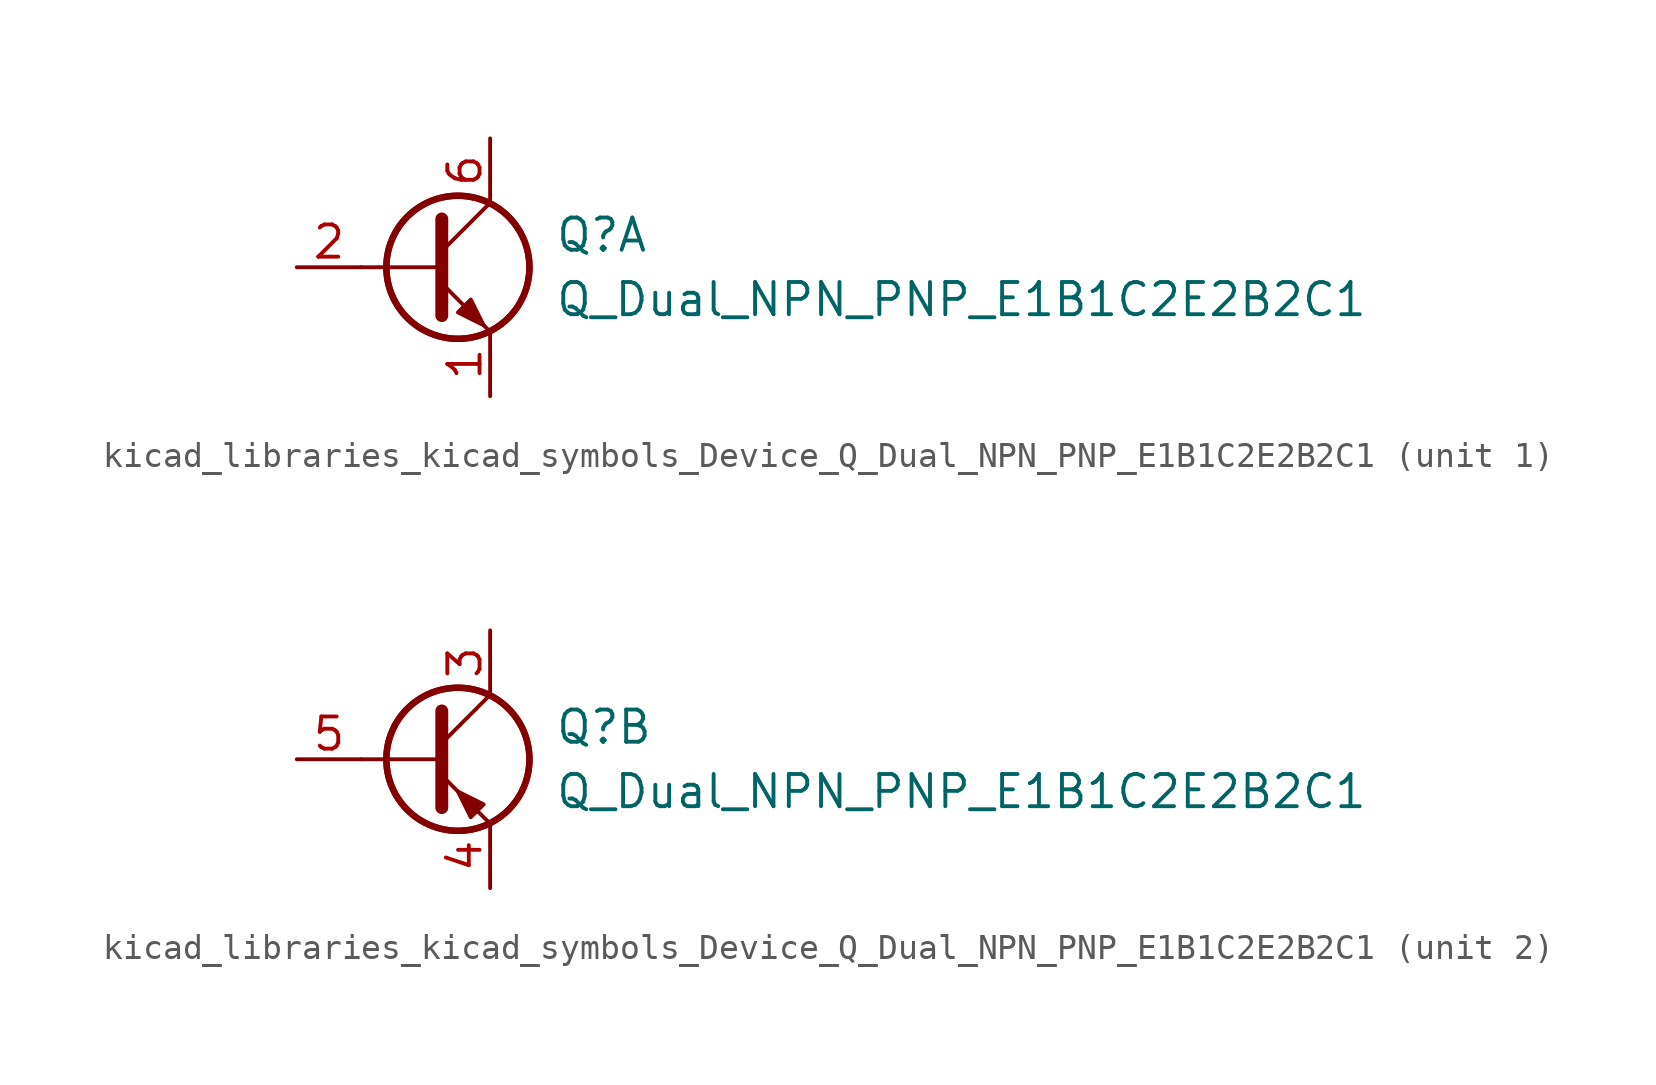
<source format=kicad_sym>
(kicad_symbol_lib
  (version 20220914)
  (generator kicad_symbol_editor)
  (symbol "kicad_libraries_kicad_symbols_Device_Q_Dual_NPN_PNP_E1B1C2E2B2C1"
    (pin_names
      (offset 0) hide)
    (property "Reference" "Q"
      (at 5.08 1.27 0)
      (effects (font (size 1.27 1.27)) (justify left)))
    (property "Value" "Q_Dual_NPN_PNP_E1B1C2E2B2C1"
      (at 5.08 -1.27 0)
      (effects (font (size 1.27 1.27)) (justify left)))
    (property "ki_locked" ""
      (at 0 0 0)
      (effects (font (size 1.27 1.27))))
    (symbol "kicad_libraries_kicad_symbols_Device_Q_Dual_NPN_PNP_E1B1C2E2B2C1_0_1"
      (polyline (pts (xy 0.635 0) (xy -2.54 0)) (stroke (width 0) (type default)) (fill (type none)))
      (circle (center 1.27 0) (radius 2.819) (stroke (width 0.254) (type default)) (fill (type none)))
      (circle (center 1.27 0) (radius 2.819) (stroke (width 0.254) (type default)) (fill (type none))))
    (symbol "kicad_libraries_kicad_symbols_Device_Q_Dual_NPN_PNP_E1B1C2E2B2C1_1_1"
      (polyline (pts (xy 0.635 0.635) (xy 2.54 2.54)) (stroke (width 0) (type default)) (fill (type none)))
      (polyline (pts (xy 0.635 -0.635) (xy 2.54 -2.54) (xy 2.54 -2.54)) (stroke (width 0) (type default)) (fill (type none)))
      (polyline (pts (xy 0.635 1.905) (xy 0.635 -1.905) (xy 0.635 -1.905)) (stroke (width 0.508) (type default)) (fill (type none)))
      (polyline (pts (xy 1.27 -1.778) (xy 1.778 -1.27) (xy 2.286 -2.286) (xy 1.27 -1.778) (xy 1.27 -1.778)) (stroke (width 0) (type default)) (fill (type outline)))
      (pin passive line (at 2.54 -5.08 90) (length 2.54) (name "E1" (effects (font (size 1.27 1.27)))) (number "1" (effects (font (size 1.27 1.27)))))
      (pin input line (at -5.08 0 0) (length 2.54) (name "B1" (effects (font (size 1.27 1.27)))) (number "2" (effects (font (size 1.27 1.27)))))
      (pin passive line (at 2.54 5.08 270) (length 2.54) (name "C1" (effects (font (size 1.27 1.27)))) (number "6" (effects (font (size 1.27 1.27))))))
    (symbol "kicad_libraries_kicad_symbols_Device_Q_Dual_NPN_PNP_E1B1C2E2B2C1_2_1"
      (polyline (pts (xy 0.635 0.635) (xy 2.54 2.54)) (stroke (width 0) (type default)) (fill (type none)))
      (polyline (pts (xy 0.635 -0.635) (xy 2.54 -2.54) (xy 2.54 -2.54)) (stroke (width 0) (type default)) (fill (type none)))
      (polyline (pts (xy 0.635 1.905) (xy 0.635 -1.905) (xy 0.635 -1.905)) (stroke (width 0.508) (type default)) (fill (type none)))
      (polyline (pts (xy 2.286 -1.778) (xy 1.778 -2.286) (xy 1.27 -1.27) (xy 2.286 -1.778) (xy 2.286 -1.778)) (stroke (width 0) (type default)) (fill (type outline)))
      (pin passive line (at 2.54 5.08 270) (length 2.54) (name "C2" (effects (font (size 1.27 1.27)))) (number "3" (effects (font (size 1.27 1.27)))))
      (pin passive line (at 2.54 -5.08 90) (length 2.54) (name "E2" (effects (font (size 1.27 1.27)))) (number "4" (effects (font (size 1.27 1.27)))))
      (pin input line (at -5.08 0 0) (length 2.54) (name "B2" (effects (font (size 1.27 1.27)))) (number "5" (effects (font (size 1.27 1.27))))))))
</source>
